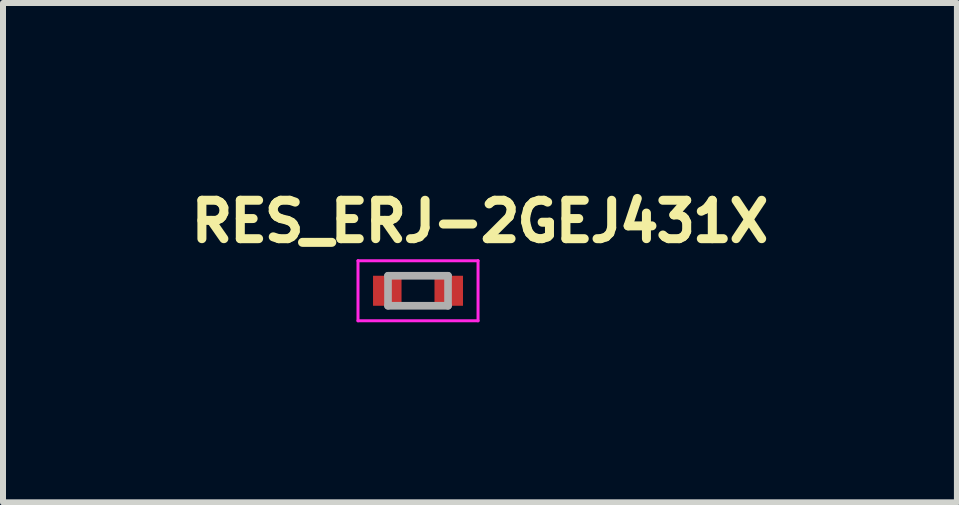
<source format=kicad_pcb>
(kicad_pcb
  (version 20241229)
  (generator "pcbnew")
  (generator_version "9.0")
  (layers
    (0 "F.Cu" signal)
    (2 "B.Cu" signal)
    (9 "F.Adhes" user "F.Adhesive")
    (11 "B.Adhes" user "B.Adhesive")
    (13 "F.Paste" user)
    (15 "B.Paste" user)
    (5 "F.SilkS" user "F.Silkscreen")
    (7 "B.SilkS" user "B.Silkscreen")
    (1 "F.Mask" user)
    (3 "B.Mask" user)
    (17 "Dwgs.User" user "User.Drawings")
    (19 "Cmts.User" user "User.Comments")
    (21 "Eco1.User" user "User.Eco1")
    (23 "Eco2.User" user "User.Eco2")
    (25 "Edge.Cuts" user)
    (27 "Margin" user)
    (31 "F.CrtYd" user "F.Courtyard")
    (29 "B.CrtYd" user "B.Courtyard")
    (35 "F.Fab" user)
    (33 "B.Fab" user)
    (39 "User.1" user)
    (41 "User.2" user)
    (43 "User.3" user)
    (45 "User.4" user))
  (footprint "RES_ERJ-2GEJ431X"
    (layer "F.Cu")
    (at 3.914 1.794)
    (property "Reference" "RES_ERJ-2GEJ431X" (at 1.032 -1.156 0) (layer "F.SilkS") (effects (font (size 0.64 0.64) (thickness 0.15))))
    (attr smd)
    (fp_line (start -1 -0.5) (end -1 0.5) (stroke (width 0.05) (type solid)) (layer "F.CrtYd"))
    (fp_line (start -1 0.5) (end 1 0.5) (stroke (width 0.05) (type solid)) (layer "F.CrtYd"))
    (fp_line (start 1 -0.5) (end -1 -0.5) (stroke (width 0.05) (type solid)) (layer "F.CrtYd"))
    (fp_line (start 1 0.5) (end 1 -0.5) (stroke (width 0.05) (type solid)) (layer "F.CrtYd"))
    (fp_line (start -0.5 -0.25) (end -0.5 0.25) (stroke (width 0.127) (type solid)) (layer "F.Fab"))
    (fp_line (start -0.5 -0.25) (end 0.5 -0.25) (stroke (width 0.127) (type solid)) (layer "F.Fab"))
    (fp_line (start -0.5 0.25) (end 0.5 0.25) (stroke (width 0.127) (type solid)) (layer "F.Fab"))
    (fp_line (start 0.5 -0.25) (end 0.5 0.25) (stroke (width 0.127) (type solid)) (layer "F.Fab"))
    (pad "1" smd rect (at -0.512 0) (size 0.475 0.5) (layers "F.Cu" "F.Mask" "F.Paste"))
    (pad "2" smd rect (at 0.512 0) (size 0.475 0.5) (layers "F.Cu" "F.Mask" "F.Paste")))
  (gr_rect
    (start -3 -3)
    (end 12.892 5.319)
    (stroke (width 0.1) (type default))
    (fill no)
    (layer "Edge.Cuts")))
</source>
